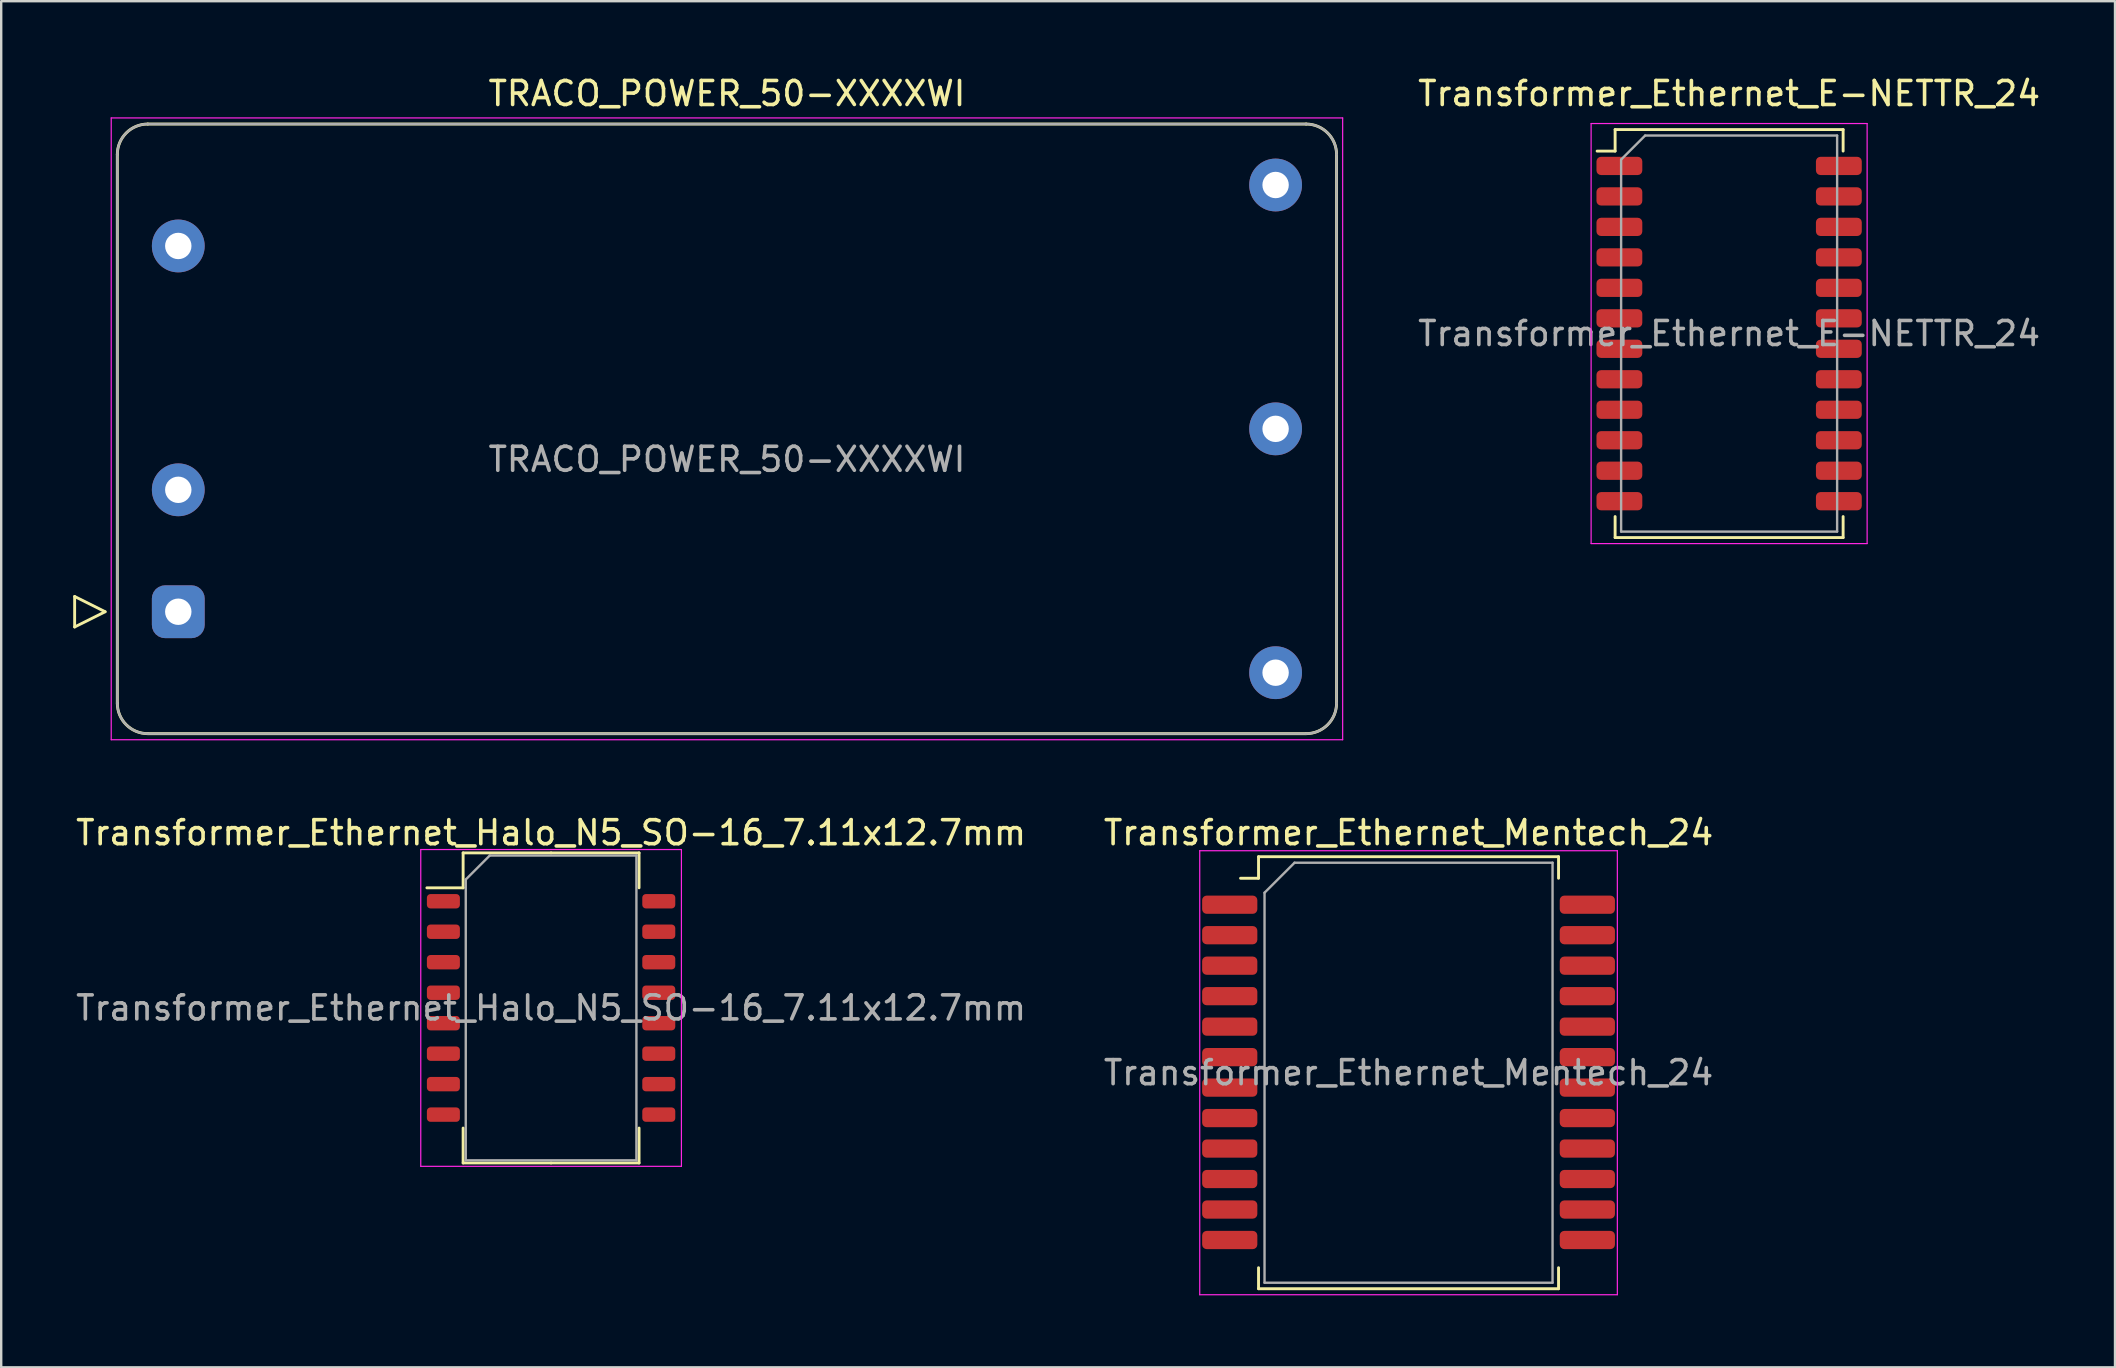
<source format=kicad_pcb>
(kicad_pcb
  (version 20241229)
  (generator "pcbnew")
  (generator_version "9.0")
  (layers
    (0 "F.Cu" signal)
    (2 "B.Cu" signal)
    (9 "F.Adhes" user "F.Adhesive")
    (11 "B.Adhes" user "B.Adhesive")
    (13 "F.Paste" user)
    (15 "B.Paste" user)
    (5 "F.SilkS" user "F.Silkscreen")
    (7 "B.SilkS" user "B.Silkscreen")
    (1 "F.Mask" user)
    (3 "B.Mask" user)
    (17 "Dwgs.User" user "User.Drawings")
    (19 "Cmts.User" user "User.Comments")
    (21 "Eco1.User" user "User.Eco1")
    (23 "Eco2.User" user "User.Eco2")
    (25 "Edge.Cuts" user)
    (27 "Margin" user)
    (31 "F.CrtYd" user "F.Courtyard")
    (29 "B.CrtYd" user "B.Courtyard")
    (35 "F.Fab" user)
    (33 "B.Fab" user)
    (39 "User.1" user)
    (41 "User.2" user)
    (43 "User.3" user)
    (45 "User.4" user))
  (footprint "TRACO_POWER_50-XXXXWI"
    (layer "F.Cu")
    (at 27.238 14.818)
    (property "Reference" "TRACO_POWER_50-XXXXWI" (at 0 -13.97 0) (unlocked yes) (layer "F.SilkS") (effects (font (size 1 1) (thickness 0.15))))
    (attr through_hole)
    (fp_line (start -27.178 6.985) (end -27.178 8.255) (stroke (width 0.12) (type solid)) (layer "F.SilkS"))
    (fp_line (start -27.178 8.255) (end -25.908 7.62) (stroke (width 0.12) (type solid)) (layer "F.SilkS"))
    (fp_line (start -25.908 7.62) (end -27.178 6.985) (stroke (width 0.12) (type solid)) (layer "F.SilkS"))
    (fp_line (start -25.4 11.43) (end -25.4 -11.43) (stroke (width 0.12) (type solid)) (layer "F.SilkS"))
    (fp_line (start -24.13 -12.7) (end 24.13 -12.7) (stroke (width 0.12) (type solid)) (layer "F.SilkS"))
    (fp_line (start 24.13 12.7) (end -24.13 12.7) (stroke (width 0.12) (type solid)) (layer "F.SilkS"))
    (fp_line (start 25.4 -11.43) (end 25.4 11.43) (stroke (width 0.12) (type solid)) (layer "F.SilkS"))
    (fp_arc (start -25.4 -11.43) (mid -25.028026 -12.328026) (end -24.13 -12.7) (stroke (width 0.12) (type solid)) (layer "F.SilkS"))
    (fp_arc (start -24.13 12.7) (mid -25.028026 12.328026) (end -25.4 11.43) (stroke (width 0.12) (type solid)) (layer "F.SilkS"))
    (fp_arc (start 24.13 -12.7) (mid 25.028026 -12.328026) (end 25.4 -11.43) (stroke (width 0.12) (type solid)) (layer "F.SilkS"))
    (fp_arc (start 25.4 11.43) (mid 25.028026 12.328026) (end 24.13 12.7) (stroke (width 0.12) (type solid)) (layer "F.SilkS"))
    (fp_line (start -25.654 -12.954) (end 25.654 -12.954) (stroke (width 0.05) (type solid)) (layer "F.CrtYd"))
    (fp_line (start -25.654 12.954) (end -25.654 -12.954) (stroke (width 0.05) (type solid)) (layer "F.CrtYd"))
    (fp_line (start 25.654 -12.954) (end 25.654 12.954) (stroke (width 0.05) (type solid)) (layer "F.CrtYd"))
    (fp_line (start 25.654 12.954) (end -25.654 12.954) (stroke (width 0.05) (type solid)) (layer "F.CrtYd"))
    (fp_line (start -25.4 -11.43) (end -25.4 11.43) (stroke (width 0.1) (type solid)) (layer "F.Fab"))
    (fp_line (start -24.13 12.7) (end 24.13 12.7) (stroke (width 0.1) (type solid)) (layer "F.Fab"))
    (fp_line (start 24.13 -12.7) (end -24.13 -12.7) (stroke (width 0.1) (type solid)) (layer "F.Fab"))
    (fp_line (start 25.4 11.43) (end 25.4 -11.43) (stroke (width 0.1) (type solid)) (layer "F.Fab"))
    (fp_arc (start -25.4 -11.43) (mid -25.028026 -12.328026) (end -24.13 -12.7) (stroke (width 0.1) (type solid)) (layer "F.Fab"))
    (fp_arc (start -24.13 12.7) (mid -25.028026 12.328026) (end -25.4 11.43) (stroke (width 0.1) (type solid)) (layer "F.Fab"))
    (fp_arc (start 24.13 -12.7) (mid 25.028026 -12.328026) (end 25.4 -11.43) (stroke (width 0.1) (type solid)) (layer "F.Fab"))
    (fp_arc (start 25.4 11.43) (mid 25.028026 12.328026) (end 24.13 12.7) (stroke (width 0.1) (type solid)) (layer "F.Fab"))
    (fp_text user "${REFERENCE}" (at 0 1.27 0) (unlocked yes) (layer "F.Fab") (effects (font (size 1 1) (thickness 0.15))))
    (pad "1" thru_hole roundrect (at -22.86 7.62) (size 2.2 2.2) (drill 1.1) (layers "*.Cu" "*.Mask") (roundrect_rratio 0.25))
    (pad "2" thru_hole circle (at -22.86 2.54) (size 2.2 2.2) (drill 1.1) (layers "*.Cu" "*.Mask"))
    (pad "3" thru_hole circle (at -22.86 -7.62) (size 2.2 2.2) (drill 1.1) (layers "*.Cu" "*.Mask"))
    (pad "4" thru_hole circle (at 22.86 10.16) (size 2.2 2.2) (drill 1.1) (layers "*.Cu" "*.Mask"))
    (pad "5" thru_hole circle (at 22.86 0) (size 2.2 2.2) (drill 1.1) (layers "*.Cu" "*.Mask"))
    (pad "6" thru_hole circle (at 22.86 -10.16) (size 2.2 2.2) (drill 1.1) (layers "*.Cu" "*.Mask")))
  (footprint "Transformer_Ethernet_E-NETTR_24"
    (layer "F.Cu")
    (at 68.994 10.848)
    (property "Reference" "Transformer_Ethernet_E-NETTR_24" (at 0 -10 0) (unlocked yes) (layer "F.SilkS") (effects (font (size 1 1) (thickness 0.15))))
    (attr smd)
    (fp_line (start -5.5 -7.603) (end -4.75 -7.603) (stroke (width 0.12) (type solid)) (layer "F.SilkS"))
    (fp_line (start -4.75 -8.5) (end -4.75 -7.603) (stroke (width 0.12) (type solid)) (layer "F.SilkS"))
    (fp_line (start -4.75 -8.5) (end 4.75 -8.5) (stroke (width 0.12) (type solid)) (layer "F.SilkS"))
    (fp_line (start -4.75 7.625) (end -4.75 8.5) (stroke (width 0.12) (type solid)) (layer "F.SilkS"))
    (fp_line (start -4.75 8.5) (end 4.75 8.5) (stroke (width 0.12) (type solid)) (layer "F.SilkS"))
    (fp_line (start 4.75 -8.5) (end 4.75 -7.603) (stroke (width 0.12) (type solid)) (layer "F.SilkS"))
    (fp_line (start 4.75 7.625) (end 4.75 8.5) (stroke (width 0.12) (type solid)) (layer "F.SilkS"))
    (fp_line (start -5.75 -8.75) (end -5.75 8.75) (stroke (width 0.05) (type solid)) (layer "F.CrtYd"))
    (fp_line (start -5.75 -8.75) (end 5.75 -8.75) (stroke (width 0.05) (type solid)) (layer "F.CrtYd"))
    (fp_line (start -5.75 8.75) (end 5.75 8.75) (stroke (width 0.05) (type solid)) (layer "F.CrtYd"))
    (fp_line (start 5.75 -8.75) (end 5.75 8.75) (stroke (width 0.05) (type solid)) (layer "F.CrtYd"))
    (fp_line (start -4.5 -7.25) (end -4.5 8.25) (stroke (width 0.1) (type solid)) (layer "F.Fab"))
    (fp_line (start -4.5 8.25) (end 4.5 8.25) (stroke (width 0.1) (type solid)) (layer "F.Fab"))
    (fp_line (start -3.5 -8.25) (end -4.5 -7.25) (stroke (width 0.1) (type solid)) (layer "F.Fab"))
    (fp_line (start -3.5 -8.25) (end 4.5 -8.25) (stroke (width 0.1) (type solid)) (layer "F.Fab"))
    (fp_line (start 4.5 -8.25) (end 4.5 8.25) (stroke (width 0.1) (type solid)) (layer "F.Fab"))
    (fp_text user "${REFERENCE}" (at 0 0 0) (unlocked yes) (layer "F.Fab") (effects (font (size 1 1) (thickness 0.15))))
    (pad "1" smd roundrect (at -4.572 -6.985) (size 1.91 0.76) (layers "F.Cu" "F.Mask" "F.Paste") (roundrect_rratio 0.25))
    (pad "2" smd roundrect (at -4.572 -5.715) (size 1.91 0.76) (layers "F.Cu" "F.Mask" "F.Paste") (roundrect_rratio 0.25))
    (pad "3" smd roundrect (at -4.572 -4.445) (size 1.91 0.76) (layers "F.Cu" "F.Mask" "F.Paste") (roundrect_rratio 0.25))
    (pad "4" smd roundrect (at -4.572 -3.175) (size 1.91 0.76) (layers "F.Cu" "F.Mask" "F.Paste") (roundrect_rratio 0.25))
    (pad "5" smd roundrect (at -4.572 -1.905) (size 1.91 0.76) (layers "F.Cu" "F.Mask" "F.Paste") (roundrect_rratio 0.25))
    (pad "6" smd roundrect (at -4.572 -0.635) (size 1.91 0.76) (layers "F.Cu" "F.Mask" "F.Paste") (roundrect_rratio 0.25))
    (pad "7" smd roundrect (at -4.572 0.635) (size 1.91 0.76) (layers "F.Cu" "F.Mask" "F.Paste") (roundrect_rratio 0.25))
    (pad "8" smd roundrect (at -4.572 1.905) (size 1.91 0.76) (layers "F.Cu" "F.Mask" "F.Paste") (roundrect_rratio 0.25))
    (pad "9" smd roundrect (at -4.572 3.175) (size 1.91 0.76) (layers "F.Cu" "F.Mask" "F.Paste") (roundrect_rratio 0.25))
    (pad "10" smd roundrect (at -4.572 4.445) (size 1.91 0.76) (layers "F.Cu" "F.Mask" "F.Paste") (roundrect_rratio 0.25))
    (pad "11" smd roundrect (at -4.572 5.715) (size 1.91 0.76) (layers "F.Cu" "F.Mask" "F.Paste") (roundrect_rratio 0.25))
    (pad "12" smd roundrect (at -4.572 6.985) (size 1.91 0.76) (layers "F.Cu" "F.Mask" "F.Paste") (roundrect_rratio 0.25))
    (pad "13" smd roundrect (at 4.572 6.985) (size 1.91 0.76) (layers "F.Cu" "F.Mask" "F.Paste") (roundrect_rratio 0.25))
    (pad "14" smd roundrect (at 4.572 5.715) (size 1.91 0.76) (layers "F.Cu" "F.Mask" "F.Paste") (roundrect_rratio 0.25))
    (pad "15" smd roundrect (at 4.572 4.445) (size 1.91 0.76) (layers "F.Cu" "F.Mask" "F.Paste") (roundrect_rratio 0.25))
    (pad "16" smd roundrect (at 4.572 3.175) (size 1.91 0.76) (layers "F.Cu" "F.Mask" "F.Paste") (roundrect_rratio 0.25))
    (pad "17" smd roundrect (at 4.572 1.905) (size 1.91 0.76) (layers "F.Cu" "F.Mask" "F.Paste") (roundrect_rratio 0.25))
    (pad "18" smd roundrect (at 4.572 0.635) (size 1.91 0.76) (layers "F.Cu" "F.Mask" "F.Paste") (roundrect_rratio 0.25))
    (pad "19" smd roundrect (at 4.572 -0.635) (size 1.91 0.76) (layers "F.Cu" "F.Mask" "F.Paste") (roundrect_rratio 0.25))
    (pad "20" smd roundrect (at 4.572 -1.905) (size 1.91 0.76) (layers "F.Cu" "F.Mask" "F.Paste") (roundrect_rratio 0.25))
    (pad "21" smd roundrect (at 4.572 -3.175) (size 1.91 0.76) (layers "F.Cu" "F.Mask" "F.Paste") (roundrect_rratio 0.25))
    (pad "22" smd roundrect (at 4.572 -4.445) (size 1.91 0.76) (layers "F.Cu" "F.Mask" "F.Paste") (roundrect_rratio 0.25))
    (pad "23" smd roundrect (at 4.572 -5.715) (size 1.91 0.76) (layers "F.Cu" "F.Mask" "F.Paste") (roundrect_rratio 0.25))
    (pad "24" smd roundrect (at 4.572 -6.985) (size 1.91 0.76) (layers "F.Cu" "F.Mask" "F.Paste") (roundrect_rratio 0.25)))
  (footprint "Transformer_Ethernet_Halo_N5_SO-16_7.11x12.7mm"
    (layer "F.Cu")
    (at 19.911 38.946)
    (property "Reference" "Transformer_Ethernet_Halo_N5_SO-16_7.11x12.7mm" (at 0 -7.3 0) (layer "F.SilkS") (effects (font (size 1 1) (thickness 0.15))))
    (attr smd)
    (fp_line (start -3.665 -6.46) (end -3.665 -5.005) (stroke (width 0.12) (type solid)) (layer "F.SilkS"))
    (fp_line (start -3.665 -5.005) (end -5.175 -5.005) (stroke (width 0.12) (type solid)) (layer "F.SilkS"))
    (fp_line (start -3.665 6.46) (end -3.665 5.005) (stroke (width 0.12) (type solid)) (layer "F.SilkS"))
    (fp_line (start 0 -6.46) (end -3.665 -6.46) (stroke (width 0.12) (type solid)) (layer "F.SilkS"))
    (fp_line (start 0 -6.46) (end 3.665 -6.46) (stroke (width 0.12) (type solid)) (layer "F.SilkS"))
    (fp_line (start 0 6.46) (end -3.665 6.46) (stroke (width 0.12) (type solid)) (layer "F.SilkS"))
    (fp_line (start 0 6.46) (end 3.665 6.46) (stroke (width 0.12) (type solid)) (layer "F.SilkS"))
    (fp_line (start 3.665 -6.46) (end 3.665 -5.005) (stroke (width 0.12) (type solid)) (layer "F.SilkS"))
    (fp_line (start 3.665 6.46) (end 3.665 5.005) (stroke (width 0.12) (type solid)) (layer "F.SilkS"))
    (fp_line (start -5.43 -6.6) (end -5.43 6.6) (stroke (width 0.05) (type solid)) (layer "F.CrtYd"))
    (fp_line (start -5.43 6.6) (end 5.43 6.6) (stroke (width 0.05) (type solid)) (layer "F.CrtYd"))
    (fp_line (start 5.43 -6.6) (end -5.43 -6.6) (stroke (width 0.05) (type solid)) (layer "F.CrtYd"))
    (fp_line (start 5.43 6.6) (end 5.43 -6.6) (stroke (width 0.05) (type solid)) (layer "F.CrtYd"))
    (fp_line (start -3.555 -5.35) (end -2.555 -6.35) (stroke (width 0.1) (type solid)) (layer "F.Fab"))
    (fp_line (start -3.555 6.35) (end -3.555 -5.35) (stroke (width 0.1) (type solid)) (layer "F.Fab"))
    (fp_line (start -2.555 -6.35) (end 3.555 -6.35) (stroke (width 0.1) (type solid)) (layer "F.Fab"))
    (fp_line (start 3.555 -6.35) (end 3.555 6.35) (stroke (width 0.1) (type solid)) (layer "F.Fab"))
    (fp_line (start 3.555 6.35) (end -3.555 6.35) (stroke (width 0.1) (type solid)) (layer "F.Fab"))
    (fp_text user "${REFERENCE}" (at 0 0 0) (layer "F.Fab") (effects (font (size 1 1) (thickness 0.15))))
    (pad "1" smd roundrect (at -4.487 -4.445) (size 1.375 0.6) (layers "F.Cu" "F.Mask" "F.Paste") (roundrect_rratio 0.25))
    (pad "2" smd roundrect (at -4.487 -3.175) (size 1.375 0.6) (layers "F.Cu" "F.Mask" "F.Paste") (roundrect_rratio 0.25))
    (pad "3" smd roundrect (at -4.487 -1.905) (size 1.375 0.6) (layers "F.Cu" "F.Mask" "F.Paste") (roundrect_rratio 0.25))
    (pad "4" smd roundrect (at -4.487 -0.635) (size 1.375 0.6) (layers "F.Cu" "F.Mask" "F.Paste") (roundrect_rratio 0.25))
    (pad "5" smd roundrect (at -4.487 0.635) (size 1.375 0.6) (layers "F.Cu" "F.Mask" "F.Paste") (roundrect_rratio 0.25))
    (pad "6" smd roundrect (at -4.487 1.905) (size 1.375 0.6) (layers "F.Cu" "F.Mask" "F.Paste") (roundrect_rratio 0.25))
    (pad "7" smd roundrect (at -4.487 3.175) (size 1.375 0.6) (layers "F.Cu" "F.Mask" "F.Paste") (roundrect_rratio 0.25))
    (pad "8" smd roundrect (at -4.487 4.445) (size 1.375 0.6) (layers "F.Cu" "F.Mask" "F.Paste") (roundrect_rratio 0.25))
    (pad "9" smd roundrect (at 4.487 4.445) (size 1.375 0.6) (layers "F.Cu" "F.Mask" "F.Paste") (roundrect_rratio 0.25))
    (pad "10" smd roundrect (at 4.487 3.175) (size 1.375 0.6) (layers "F.Cu" "F.Mask" "F.Paste") (roundrect_rratio 0.25))
    (pad "11" smd roundrect (at 4.487 1.905) (size 1.375 0.6) (layers "F.Cu" "F.Mask" "F.Paste") (roundrect_rratio 0.25))
    (pad "12" smd roundrect (at 4.487 0.635) (size 1.375 0.6) (layers "F.Cu" "F.Mask" "F.Paste") (roundrect_rratio 0.25))
    (pad "13" smd roundrect (at 4.487 -0.635) (size 1.375 0.6) (layers "F.Cu" "F.Mask" "F.Paste") (roundrect_rratio 0.25))
    (pad "14" smd roundrect (at 4.487 -1.905) (size 1.375 0.6) (layers "F.Cu" "F.Mask" "F.Paste") (roundrect_rratio 0.25))
    (pad "15" smd roundrect (at 4.487 -3.175) (size 1.375 0.6) (layers "F.Cu" "F.Mask" "F.Paste") (roundrect_rratio 0.25))
    (pad "16" smd roundrect (at 4.487 -4.445) (size 1.375 0.6) (layers "F.Cu" "F.Mask" "F.Paste") (roundrect_rratio 0.25)))
  (footprint "Transformer_Ethernet_Mentech_24"
    (layer "F.Cu")
    (at 55.637 41.645)
    (property "Reference" "Transformer_Ethernet_Mentech_24" (at 0 -10 0) (unlocked yes) (layer "F.SilkS") (effects (font (size 1 1) (thickness 0.15))))
    (attr smd)
    (fp_line (start -7 -8.102) (end -6.25 -8.102) (stroke (width 0.12) (type solid)) (layer "F.SilkS"))
    (fp_line (start -6.25 -9) (end -6.25 -8.102) (stroke (width 0.12) (type solid)) (layer "F.SilkS"))
    (fp_line (start -6.25 -9) (end 6.25 -9) (stroke (width 0.12) (type solid)) (layer "F.SilkS"))
    (fp_line (start -6.25 8.125) (end -6.25 9) (stroke (width 0.12) (type solid)) (layer "F.SilkS"))
    (fp_line (start -6.25 9) (end 6.25 9) (stroke (width 0.12) (type solid)) (layer "F.SilkS"))
    (fp_line (start 6.25 -9) (end 6.25 -8.102) (stroke (width 0.12) (type solid)) (layer "F.SilkS"))
    (fp_line (start 6.25 8.125) (end 6.25 9) (stroke (width 0.12) (type solid)) (layer "F.SilkS"))
    (fp_line (start -8.7 -9.25) (end -8.7 9.25) (stroke (width 0.05) (type solid)) (layer "F.CrtYd"))
    (fp_line (start -8.7 -9.25) (end 8.7 -9.25) (stroke (width 0.05) (type solid)) (layer "F.CrtYd"))
    (fp_line (start -8.7 9.25) (end 8.7 9.25) (stroke (width 0.05) (type solid)) (layer "F.CrtYd"))
    (fp_line (start 8.7 -9.25) (end 8.7 9.25) (stroke (width 0.05) (type solid)) (layer "F.CrtYd"))
    (fp_line (start -6 -7.5) (end -6 8.75) (stroke (width 0.1) (type solid)) (layer "F.Fab"))
    (fp_line (start -6 8.75) (end 6 8.75) (stroke (width 0.1) (type solid)) (layer "F.Fab"))
    (fp_line (start -4.75 -8.75) (end -6 -7.5) (stroke (width 0.1) (type solid)) (layer "F.Fab"))
    (fp_line (start -4.75 -8.75) (end 6 -8.75) (stroke (width 0.1) (type solid)) (layer "F.Fab"))
    (fp_line (start 6 -8.75) (end 6 8.75) (stroke (width 0.1) (type solid)) (layer "F.Fab"))
    (fp_text user "${REFERENCE}" (at 0 0 0) (unlocked yes) (layer "F.Fab") (effects (font (size 1 1) (thickness 0.15))))
    (pad "1" smd roundrect (at -7.45 -7) (size 2.3 0.76) (layers "F.Cu" "F.Mask" "F.Paste") (roundrect_rratio 0.25))
    (pad "2" smd roundrect (at -7.45 -5.73) (size 2.3 0.76) (layers "F.Cu" "F.Mask" "F.Paste") (roundrect_rratio 0.25))
    (pad "3" smd roundrect (at -7.45 -4.46) (size 2.3 0.76) (layers "F.Cu" "F.Mask" "F.Paste") (roundrect_rratio 0.25))
    (pad "4" smd roundrect (at -7.45 -3.19) (size 2.3 0.76) (layers "F.Cu" "F.Mask" "F.Paste") (roundrect_rratio 0.25))
    (pad "5" smd roundrect (at -7.45 -1.92) (size 2.3 0.76) (layers "F.Cu" "F.Mask" "F.Paste") (roundrect_rratio 0.25))
    (pad "6" smd roundrect (at -7.45 -0.65) (size 2.3 0.76) (layers "F.Cu" "F.Mask" "F.Paste") (roundrect_rratio 0.25))
    (pad "7" smd roundrect (at -7.45 0.62) (size 2.3 0.76) (layers "F.Cu" "F.Mask" "F.Paste") (roundrect_rratio 0.25))
    (pad "8" smd roundrect (at -7.45 1.89) (size 2.3 0.76) (layers "F.Cu" "F.Mask" "F.Paste") (roundrect_rratio 0.25))
    (pad "9" smd roundrect (at -7.45 3.16) (size 2.3 0.76) (layers "F.Cu" "F.Mask" "F.Paste") (roundrect_rratio 0.25))
    (pad "10" smd roundrect (at -7.45 4.43) (size 2.3 0.76) (layers "F.Cu" "F.Mask" "F.Paste") (roundrect_rratio 0.25))
    (pad "11" smd roundrect (at -7.45 5.7) (size 2.3 0.76) (layers "F.Cu" "F.Mask" "F.Paste") (roundrect_rratio 0.25))
    (pad "12" smd roundrect (at -7.45 6.97) (size 2.3 0.76) (layers "F.Cu" "F.Mask" "F.Paste") (roundrect_rratio 0.25))
    (pad "13" smd roundrect (at 7.45 6.97) (size 2.3 0.76) (layers "F.Cu" "F.Mask" "F.Paste") (roundrect_rratio 0.25))
    (pad "14" smd roundrect (at 7.45 5.7) (size 2.3 0.76) (layers "F.Cu" "F.Mask" "F.Paste") (roundrect_rratio 0.25))
    (pad "15" smd roundrect (at 7.45 4.43) (size 2.3 0.76) (layers "F.Cu" "F.Mask" "F.Paste") (roundrect_rratio 0.25))
    (pad "16" smd roundrect (at 7.45 3.16) (size 2.3 0.76) (layers "F.Cu" "F.Mask" "F.Paste") (roundrect_rratio 0.25))
    (pad "17" smd roundrect (at 7.45 1.89) (size 2.3 0.76) (layers "F.Cu" "F.Mask" "F.Paste") (roundrect_rratio 0.25))
    (pad "18" smd roundrect (at 7.45 0.62) (size 2.3 0.76) (layers "F.Cu" "F.Mask" "F.Paste") (roundrect_rratio 0.25))
    (pad "19" smd roundrect (at 7.45 -0.65) (size 2.3 0.76) (layers "F.Cu" "F.Mask" "F.Paste") (roundrect_rratio 0.25))
    (pad "20" smd roundrect (at 7.45 -1.92) (size 2.3 0.76) (layers "F.Cu" "F.Mask" "F.Paste") (roundrect_rratio 0.25))
    (pad "21" smd roundrect (at 7.45 -3.19) (size 2.3 0.76) (layers "F.Cu" "F.Mask" "F.Paste") (roundrect_rratio 0.25))
    (pad "22" smd roundrect (at 7.45 -4.46) (size 2.3 0.76) (layers "F.Cu" "F.Mask" "F.Paste") (roundrect_rratio 0.25))
    (pad "23" smd roundrect (at 7.45 -5.73) (size 2.3 0.76) (layers "F.Cu" "F.Mask" "F.Paste") (roundrect_rratio 0.25))
    (pad "24" smd roundrect (at 7.45 -7) (size 2.3 0.76) (layers "F.Cu" "F.Mask" "F.Paste") (roundrect_rratio 0.25)))
  (gr_rect
    (start -3 -3)
    (end 85.072 53.92)
    (stroke (width 0.1) (type default))
    (fill no)
    (layer "Edge.Cuts")))
</source>
